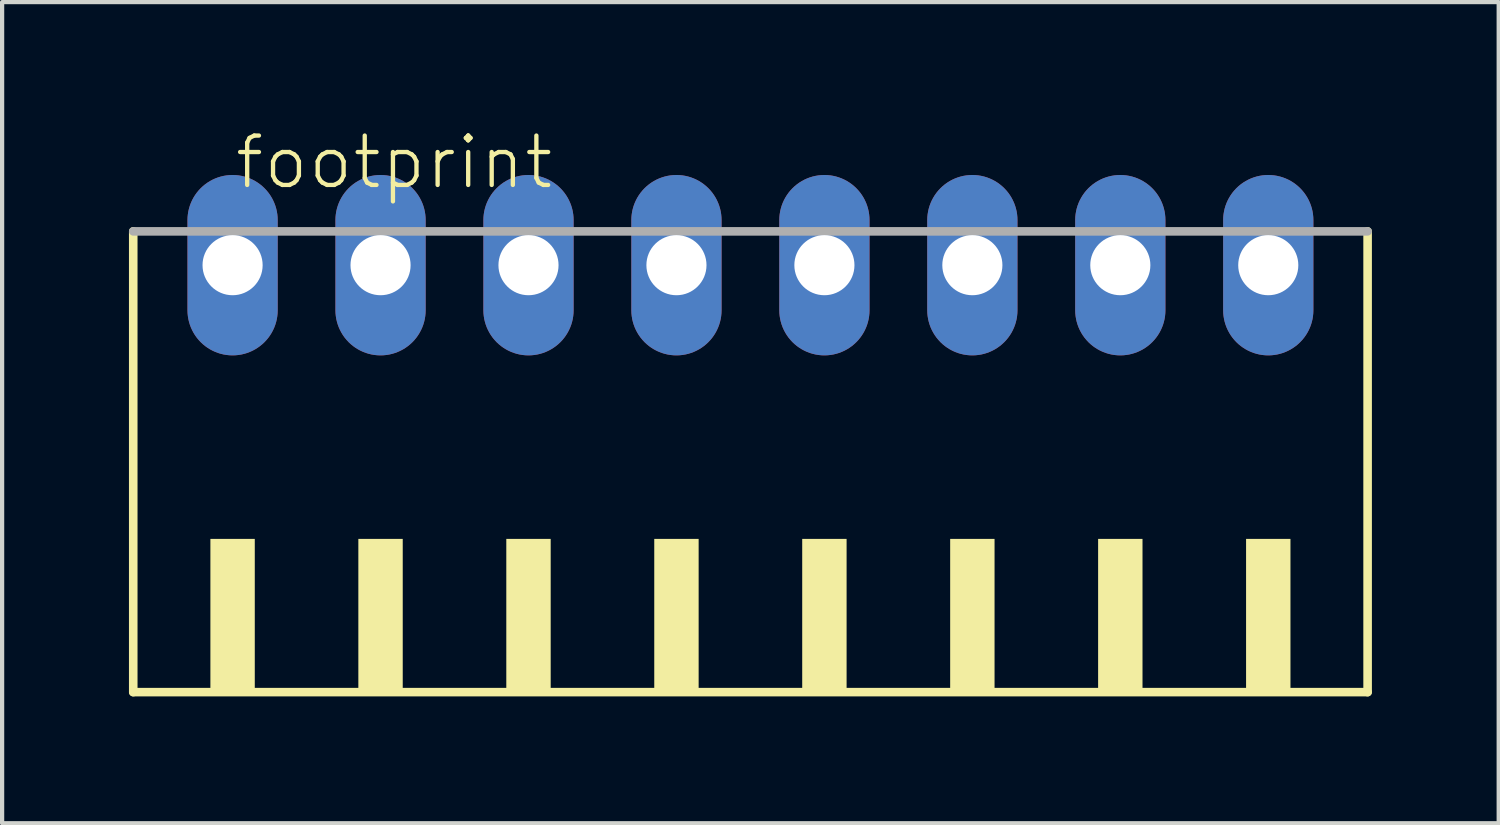
<source format=kicad_pcb>
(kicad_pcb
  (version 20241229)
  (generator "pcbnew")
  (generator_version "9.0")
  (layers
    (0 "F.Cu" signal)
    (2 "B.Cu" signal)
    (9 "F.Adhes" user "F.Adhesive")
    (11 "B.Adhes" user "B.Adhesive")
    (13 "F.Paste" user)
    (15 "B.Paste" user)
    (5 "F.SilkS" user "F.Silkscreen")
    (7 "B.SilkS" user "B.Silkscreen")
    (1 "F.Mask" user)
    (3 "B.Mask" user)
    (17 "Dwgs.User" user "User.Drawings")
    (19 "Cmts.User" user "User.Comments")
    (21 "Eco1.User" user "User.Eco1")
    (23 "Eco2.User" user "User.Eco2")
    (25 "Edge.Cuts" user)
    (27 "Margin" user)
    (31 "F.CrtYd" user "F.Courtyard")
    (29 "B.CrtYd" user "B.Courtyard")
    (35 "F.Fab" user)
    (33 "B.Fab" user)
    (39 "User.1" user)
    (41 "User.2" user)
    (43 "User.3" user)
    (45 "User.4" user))
  (footprint "footprint"
    (layer "F.Cu")
    (at 14.702 8.473)
    (property "Reference" "footprint" (at -12.25 -7 0) (layer "F.SilkS") (effects (font (size 1.168 1.168) (thickness 0.102)) (justify left bottom)))
    (fp_line (start -14.6 -6.05) (end -14.6 4.85) (stroke (width 0.203) (type solid)) (layer "F.SilkS"))
    (fp_line (start -14.6 4.85) (end 14.6 4.85) (stroke (width 0.203) (type solid)) (layer "F.SilkS"))
    (fp_line (start 14.6 4.85) (end 14.6 -6.05) (stroke (width 0.203) (type solid)) (layer "F.SilkS"))
    (fp_poly (pts (xy -12.775 4.9) (xy -11.725 4.9) (xy -11.725 1.225) (xy -12.775 1.225)) (stroke (width 0) (type solid)) (fill yes) (layer "F.SilkS"))
    (fp_poly (pts (xy -9.275 4.9) (xy -8.225 4.9) (xy -8.225 1.225) (xy -9.275 1.225)) (stroke (width 0) (type solid)) (fill yes) (layer "F.SilkS"))
    (fp_poly (pts (xy -5.775 4.9) (xy -4.725 4.9) (xy -4.725 1.225) (xy -5.775 1.225)) (stroke (width 0) (type solid)) (fill yes) (layer "F.SilkS"))
    (fp_poly (pts (xy -2.275 4.9) (xy -1.225 4.9) (xy -1.225 1.225) (xy -2.275 1.225)) (stroke (width 0) (type solid)) (fill yes) (layer "F.SilkS"))
    (fp_poly (pts (xy 1.225 4.9) (xy 2.275 4.9) (xy 2.275 1.225) (xy 1.225 1.225)) (stroke (width 0) (type solid)) (fill yes) (layer "F.SilkS"))
    (fp_poly (pts (xy 4.725 4.9) (xy 5.775 4.9) (xy 5.775 1.225) (xy 4.725 1.225)) (stroke (width 0) (type solid)) (fill yes) (layer "F.SilkS"))
    (fp_poly (pts (xy 8.225 4.9) (xy 9.275 4.9) (xy 9.275 1.225) (xy 8.225 1.225)) (stroke (width 0) (type solid)) (fill yes) (layer "F.SilkS"))
    (fp_poly (pts (xy 11.725 4.9) (xy 12.775 4.9) (xy 12.775 1.225) (xy 11.725 1.225)) (stroke (width 0) (type solid)) (fill yes) (layer "F.SilkS"))
    (fp_line (start 14.6 -6.05) (end -14.6 -6.05) (stroke (width 0.203) (type solid)) (layer "F.Fab"))
    (pad "1" thru_hole oval (at -12.25 -5.25 90) (size 4.267 2.134) (drill 1.422) (layers "*.Cu" "*.Mask"))
    (pad "2" thru_hole oval (at -8.75 -5.25 90) (size 4.267 2.134) (drill 1.422) (layers "*.Cu" "*.Mask"))
    (pad "3" thru_hole oval (at -5.25 -5.25 90) (size 4.267 2.134) (drill 1.422) (layers "*.Cu" "*.Mask"))
    (pad "4" thru_hole oval (at -1.75 -5.25 90) (size 4.267 2.134) (drill 1.422) (layers "*.Cu" "*.Mask"))
    (pad "5" thru_hole oval (at 1.75 -5.25 90) (size 4.267 2.134) (drill 1.422) (layers "*.Cu" "*.Mask"))
    (pad "6" thru_hole oval (at 5.25 -5.25 90) (size 4.267 2.134) (drill 1.422) (layers "*.Cu" "*.Mask"))
    (pad "7" thru_hole oval (at 8.75 -5.25 90) (size 4.267 2.134) (drill 1.422) (layers "*.Cu" "*.Mask"))
    (pad "8" thru_hole oval (at 12.25 -5.25 90) (size 4.267 2.134) (drill 1.422) (layers "*.Cu" "*.Mask")))
  (gr_rect
    (start -3 -3)
    (end 32.403 16.425)
    (stroke (width 0.1) (type default))
    (fill no)
    (layer "Edge.Cuts")))
</source>
